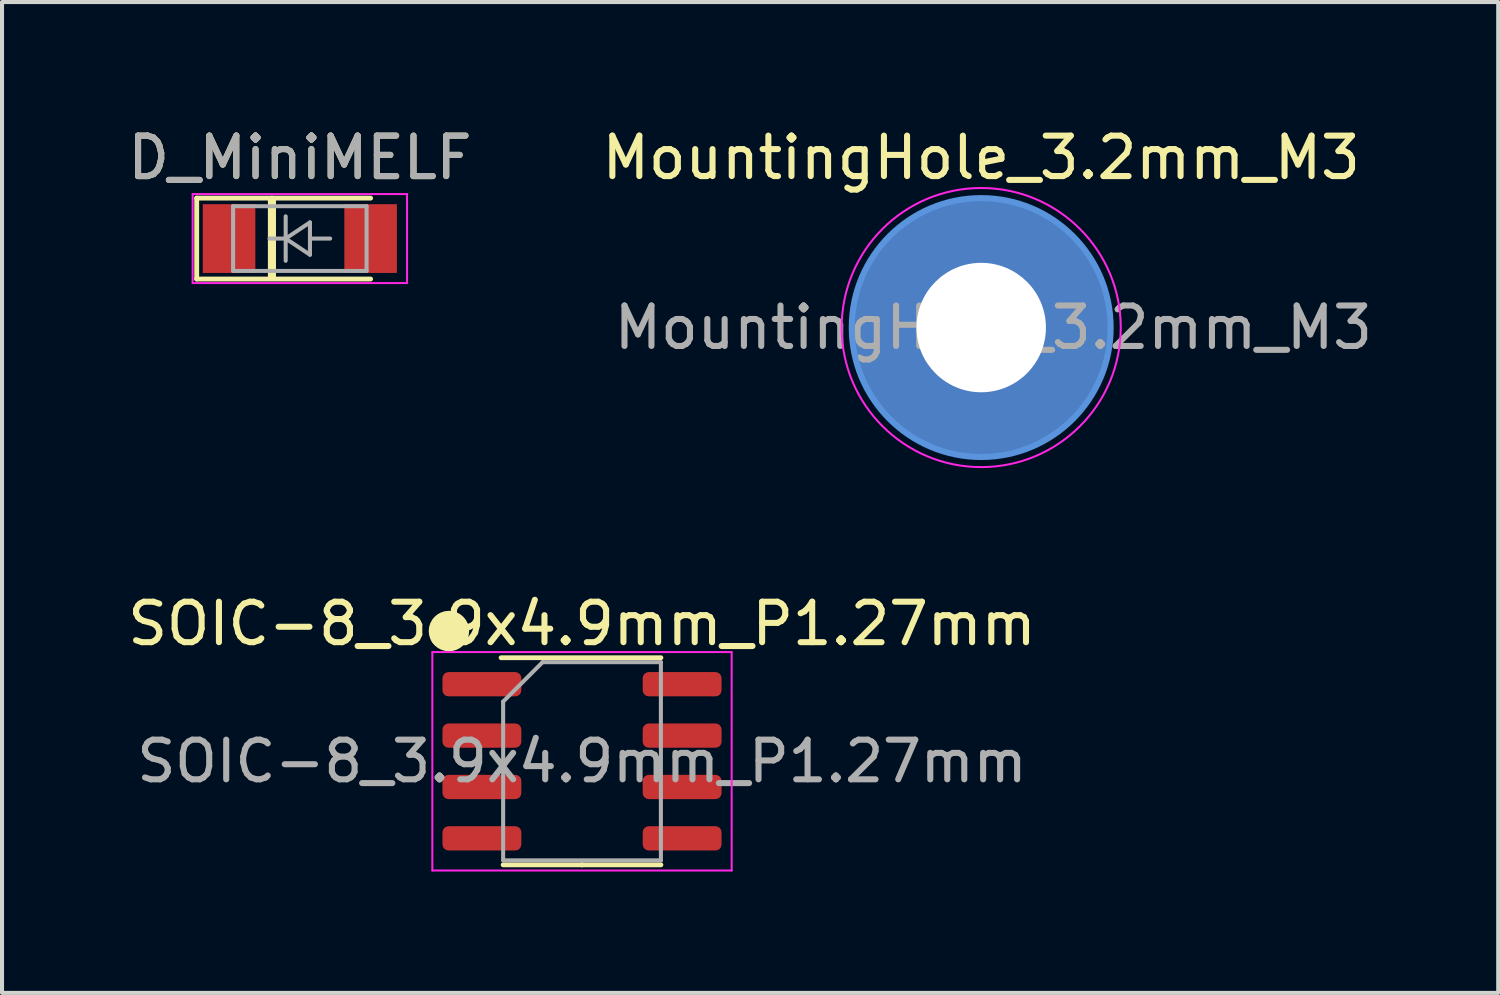
<source format=kicad_pcb>
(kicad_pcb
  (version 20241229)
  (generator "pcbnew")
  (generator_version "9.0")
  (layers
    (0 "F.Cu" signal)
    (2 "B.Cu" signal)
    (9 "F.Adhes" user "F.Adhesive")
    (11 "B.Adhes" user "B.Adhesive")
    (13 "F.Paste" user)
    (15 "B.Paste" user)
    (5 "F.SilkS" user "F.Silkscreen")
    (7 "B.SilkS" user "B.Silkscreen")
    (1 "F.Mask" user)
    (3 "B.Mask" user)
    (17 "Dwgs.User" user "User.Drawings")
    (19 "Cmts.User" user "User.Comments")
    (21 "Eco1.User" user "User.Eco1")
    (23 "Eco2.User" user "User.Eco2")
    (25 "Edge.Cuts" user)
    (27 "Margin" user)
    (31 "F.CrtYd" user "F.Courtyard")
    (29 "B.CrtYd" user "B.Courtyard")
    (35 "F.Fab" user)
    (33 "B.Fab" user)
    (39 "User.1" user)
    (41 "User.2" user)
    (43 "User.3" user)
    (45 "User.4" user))
  (footprint "SOIC-8_3.9x4.9mm_P1.27mm"
    (layer "F.Cu")
    (at 11.339 15.771)
    (property "Reference" "SOIC-8_3.9x4.9mm_P1.27mm" (at 0 -3.4 0) (layer "F.SilkS") (effects (font (size 1 1) (thickness 0.15))))
    (attr smd)
    (fp_line (start -2 -2.56) (end 1.95 -2.56) (stroke (width 0.12) (type solid)) (layer "F.SilkS"))
    (fp_line (start 0 2.56) (end -1.95 2.56) (stroke (width 0.12) (type solid)) (layer "F.SilkS"))
    (fp_line (start 0 2.56) (end 1.95 2.56) (stroke (width 0.12) (type solid)) (layer "F.SilkS"))
    (fp_circle (center -3.29 -3.22) (end -3.04 -3.22) (stroke (width 0.5) (type solid)) (fill no) (layer "F.SilkS"))
    (fp_line (start -3.7 -2.7) (end -3.7 2.7) (stroke (width 0.05) (type solid)) (layer "F.CrtYd"))
    (fp_line (start -3.7 2.7) (end 3.7 2.7) (stroke (width 0.05) (type solid)) (layer "F.CrtYd"))
    (fp_line (start 3.7 -2.7) (end -3.7 -2.7) (stroke (width 0.05) (type solid)) (layer "F.CrtYd"))
    (fp_line (start 3.7 2.7) (end 3.7 -2.7) (stroke (width 0.05) (type solid)) (layer "F.CrtYd"))
    (fp_line (start -1.95 -1.475) (end -0.975 -2.45) (stroke (width 0.1) (type solid)) (layer "F.Fab"))
    (fp_line (start -1.95 2.45) (end -1.95 -1.475) (stroke (width 0.1) (type solid)) (layer "F.Fab"))
    (fp_line (start -0.975 -2.45) (end 1.95 -2.45) (stroke (width 0.1) (type solid)) (layer "F.Fab"))
    (fp_line (start 1.95 -2.45) (end 1.95 2.45) (stroke (width 0.1) (type solid)) (layer "F.Fab"))
    (fp_line (start 1.95 2.45) (end -1.95 2.45) (stroke (width 0.1) (type solid)) (layer "F.Fab"))
    (fp_text user "${REFERENCE}" (at 0 0 0) (layer "F.Fab") (effects (font (size 0.98 0.98) (thickness 0.15))))
    (pad "1" smd roundrect (at -2.475 -1.905) (size 1.95 0.6) (layers "F.Cu" "F.Mask" "F.Paste") (roundrect_rratio 0.25))
    (pad "2" smd roundrect (at -2.475 -0.635) (size 1.95 0.6) (layers "F.Cu" "F.Mask" "F.Paste") (roundrect_rratio 0.25))
    (pad "3" smd roundrect (at -2.475 0.635) (size 1.95 0.6) (layers "F.Cu" "F.Mask" "F.Paste") (roundrect_rratio 0.25))
    (pad "4" smd roundrect (at -2.475 1.905) (size 1.95 0.6) (layers "F.Cu" "F.Mask" "F.Paste") (roundrect_rratio 0.25))
    (pad "5" smd roundrect (at 2.475 1.905) (size 1.95 0.6) (layers "F.Cu" "F.Mask" "F.Paste") (roundrect_rratio 0.25))
    (pad "6" smd roundrect (at 2.475 0.635) (size 1.95 0.6) (layers "F.Cu" "F.Mask" "F.Paste") (roundrect_rratio 0.25))
    (pad "7" smd roundrect (at 2.475 -0.635) (size 1.95 0.6) (layers "F.Cu" "F.Mask" "F.Paste") (roundrect_rratio 0.25))
    (pad "8" smd roundrect (at 2.475 -1.905) (size 1.95 0.6) (layers "F.Cu" "F.Mask" "F.Paste") (roundrect_rratio 0.25)))
  (footprint "MountingHole_3.2mm_M3"
    (layer "F.Cu")
    (at 21.208 5.048)
    (property "Reference" "MountingHole_3.2mm_M3" (at 0 -4.2 0) (layer "F.SilkS") (effects (font (size 1 1) (thickness 0.15))))
    (attr exclude_from_pos_files exclude_from_bom)
    (fp_circle (center 0 0) (end 3.2 0) (stroke (width 0.15) (type solid)) (fill no) (layer "Cmts.User"))
    (fp_circle (center 0 0) (end 3.45 0) (stroke (width 0.05) (type solid)) (fill no) (layer "F.CrtYd"))
    (fp_text user "${REFERENCE}" (at 0.3 0 0) (layer "F.Fab") (effects (font (size 1 1) (thickness 0.15))))
    (pad "" np_thru_hole circle (at 0 0) (size 6.4 6.4) (drill 3.2) (layers "*.Cu" "*.Mask")))
  (footprint "D_MiniMELF"
    (layer "F.Cu")
    (at 4.363 2.848)
    (property "Reference" "D_MiniMELF" (at 0 -2 0) (layer "F.SilkS") (effects (font (size 1 1) (thickness 0.15))))
    (attr smd)
    (fp_line (start -2.55 -1) (end -2.55 1) (stroke (width 0.12) (type solid)) (layer "F.SilkS"))
    (fp_line (start -2.55 1) (end 1.75 1) (stroke (width 0.12) (type solid)) (layer "F.SilkS"))
    (fp_line (start -0.69 -0.96) (end -0.69 0.94) (stroke (width 0.2) (type solid)) (layer "F.SilkS"))
    (fp_line (start 1.75 -1) (end -2.55 -1) (stroke (width 0.12) (type solid)) (layer "F.SilkS"))
    (fp_line (start -2.65 -1.1) (end 2.65 -1.1) (stroke (width 0.05) (type solid)) (layer "F.CrtYd"))
    (fp_line (start -2.65 1.1) (end -2.65 -1.1) (stroke (width 0.05) (type solid)) (layer "F.CrtYd"))
    (fp_line (start 2.65 -1.1) (end 2.65 1.1) (stroke (width 0.05) (type solid)) (layer "F.CrtYd"))
    (fp_line (start 2.65 1.1) (end -2.65 1.1) (stroke (width 0.05) (type solid)) (layer "F.CrtYd"))
    (fp_line (start -1.65 -0.8) (end 1.65 -0.8) (stroke (width 0.1) (type solid)) (layer "F.Fab"))
    (fp_line (start -1.65 0.8) (end -1.65 -0.8) (stroke (width 0.1) (type solid)) (layer "F.Fab"))
    (fp_line (start -0.75 0) (end -0.35 0) (stroke (width 0.1) (type solid)) (layer "F.Fab"))
    (fp_line (start -0.35 0) (end -0.35 -0.55) (stroke (width 0.1) (type solid)) (layer "F.Fab"))
    (fp_line (start -0.35 0) (end -0.35 0.55) (stroke (width 0.1) (type solid)) (layer "F.Fab"))
    (fp_line (start -0.35 0) (end 0.25 -0.4) (stroke (width 0.1) (type solid)) (layer "F.Fab"))
    (fp_line (start 0.25 -0.4) (end 0.25 0.4) (stroke (width 0.1) (type solid)) (layer "F.Fab"))
    (fp_line (start 0.25 0) (end 0.75 0) (stroke (width 0.1) (type solid)) (layer "F.Fab"))
    (fp_line (start 0.25 0.4) (end -0.35 0) (stroke (width 0.1) (type solid)) (layer "F.Fab"))
    (fp_line (start 1.65 -0.8) (end 1.65 0.8) (stroke (width 0.1) (type solid)) (layer "F.Fab"))
    (fp_line (start 1.65 0.8) (end -1.65 0.8) (stroke (width 0.1) (type solid)) (layer "F.Fab"))
    (fp_text user "${REFERENCE}" (at 0 -2 0) (layer "F.Fab") (effects (font (size 1 1) (thickness 0.15))))
    (pad "1" smd rect (at -1.75 0) (size 1.3 1.7) (layers "F.Cu" "F.Mask" "F.Paste"))
    (pad "2" smd rect (at 1.75 0) (size 1.3 1.7) (layers "F.Cu" "F.Mask" "F.Paste")))
  (gr_rect
    (start -3 -3)
    (end 33.99 21.497)
    (stroke (width 0.1) (type default))
    (fill no)
    (layer "Edge.Cuts")))
</source>
